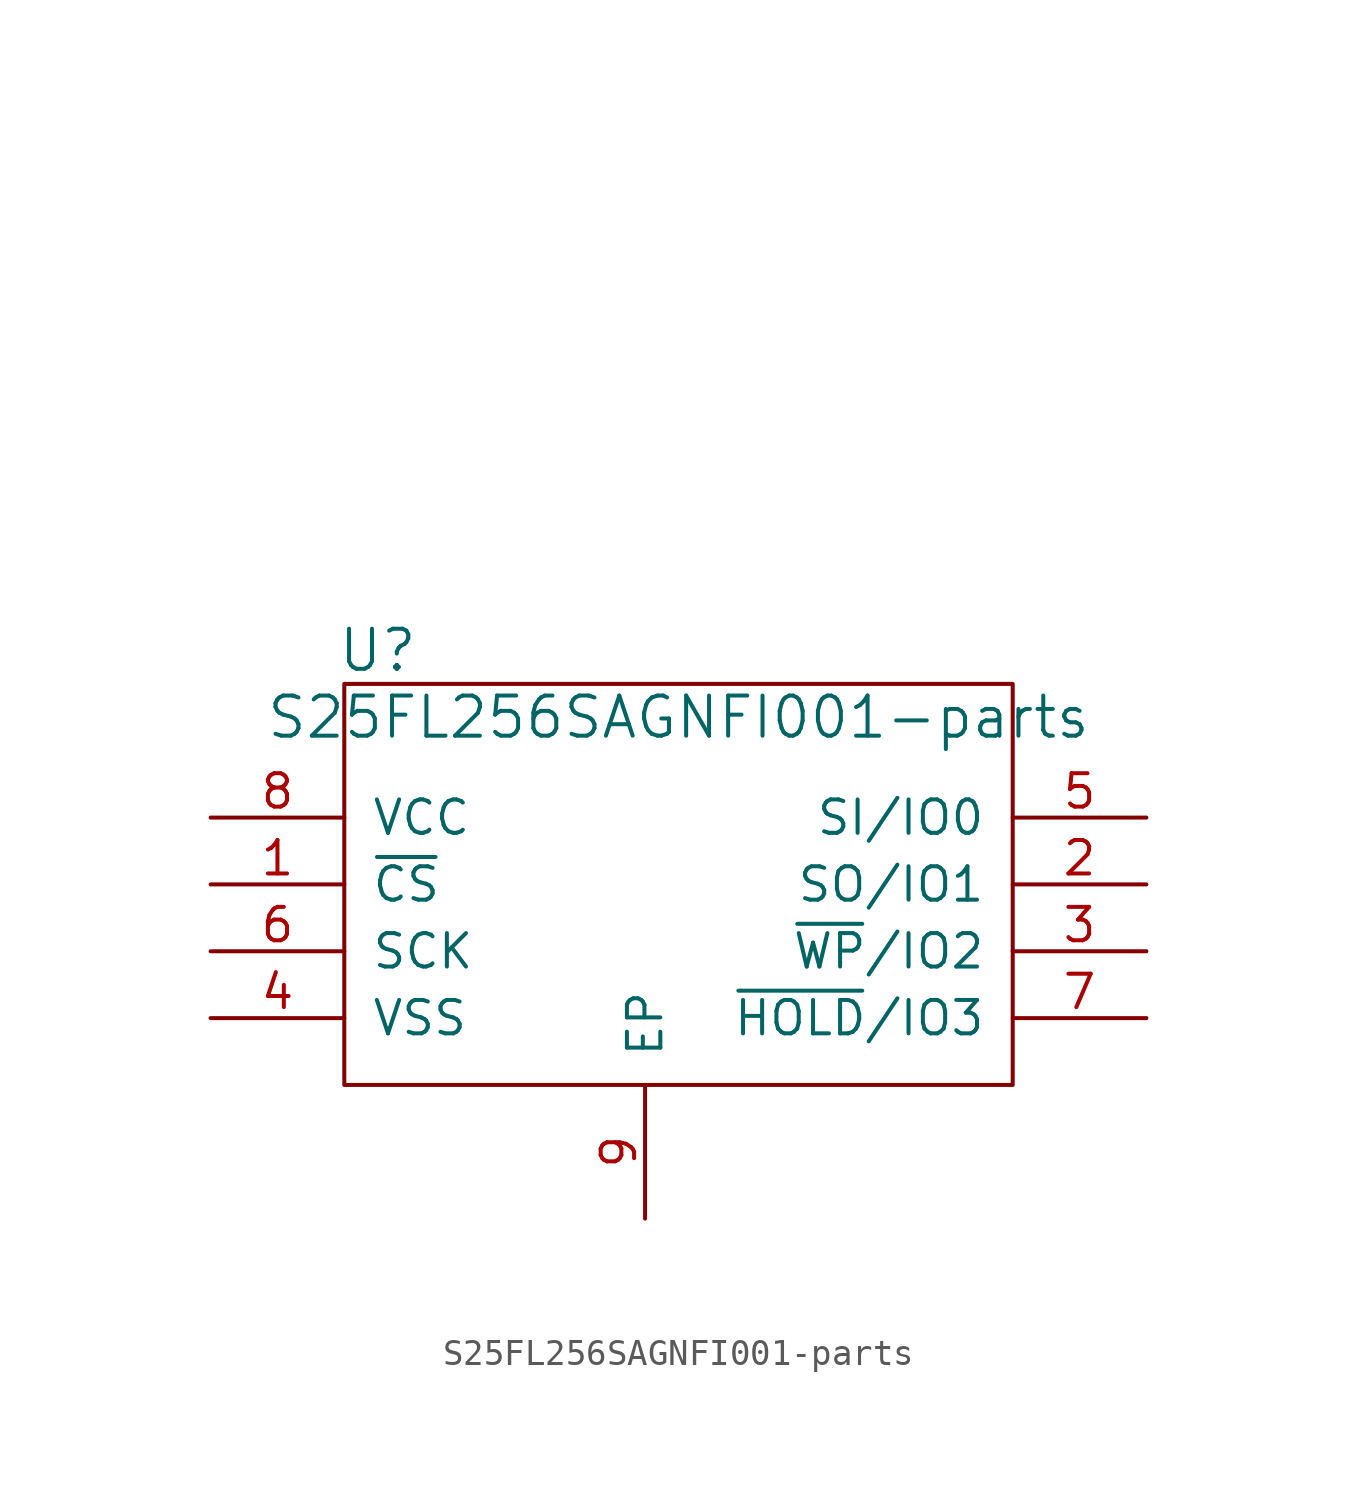
<source format=kicad_sym>
(kicad_symbol_lib
  (version 20231120)
  (generator "kicad_symbol_editor")
  (generator_version "8.0")
  (symbol "S25FL256SAGNFI001-parts"
    (pin_names
      (offset 1.016))
    (property "Reference" "U"
      (at -11.43 8.89 0)
      (effects (font (size 1.524 1.524))))
    (property "Value" "S25FL256SAGNFI001-parts"
      (at 0 6.35 0)
      (effects (font (size 1.524 1.524))))
    (property "Footprint" ""
      (at -10.16 25.4 0)
      (effects (font (size 1.524 1.524))))
    (property "Datasheet" ""
      (at -10.16 25.4 0)
      (effects (font (size 1.524 1.524))))
    (symbol "S25FL256SAGNFI001-parts_0_1"
      (rectangle (start -12.7 7.62) (end 12.7 -7.62) (stroke (width 0) (type solid)) (fill (type none))))
    (symbol "S25FL256SAGNFI001-parts_1_1"
      (pin input line (at -17.78 0 0) (length 5.08) (name "~{CS}" (effects (font (size 1.27 1.27)))) (number "1" (effects (font (size 1.27 1.27)))))
      (pin bidirectional line (at 17.78 0 180) (length 5.08) (name "SO/IO1" (effects (font (size 1.27 1.27)))) (number "2" (effects (font (size 1.27 1.27)))))
      (pin bidirectional line (at 17.78 -2.54 180) (length 5.08) (name "~{WP}/IO2" (effects (font (size 1.27 1.27)))) (number "3" (effects (font (size 1.27 1.27)))))
      (pin power_in line (at -17.78 -5.08 0) (length 5.08) (name "VSS" (effects (font (size 1.27 1.27)))) (number "4" (effects (font (size 1.27 1.27)))))
      (pin bidirectional line (at 17.78 2.54 180) (length 5.08) (name "SI/IO0" (effects (font (size 1.27 1.27)))) (number "5" (effects (font (size 1.27 1.27)))))
      (pin input line (at -17.78 -2.54 0) (length 5.08) (name "SCK" (effects (font (size 1.27 1.27)))) (number "6" (effects (font (size 1.27 1.27)))))
      (pin bidirectional line (at 17.78 -5.08 180) (length 5.08) (name "~{HOLD}/IO3" (effects (font (size 1.27 1.27)))) (number "7" (effects (font (size 1.27 1.27)))))
      (pin power_in line (at -17.78 2.54 0) (length 5.08) (name "VCC" (effects (font (size 1.27 1.27)))) (number "8" (effects (font (size 1.27 1.27)))))
      (pin passive line (at -1.27 -12.7 90) (length 5.08) (name "EP" (effects (font (size 1.27 1.27)))) (number "9" (effects (font (size 1.27 1.27))))))))
</source>
